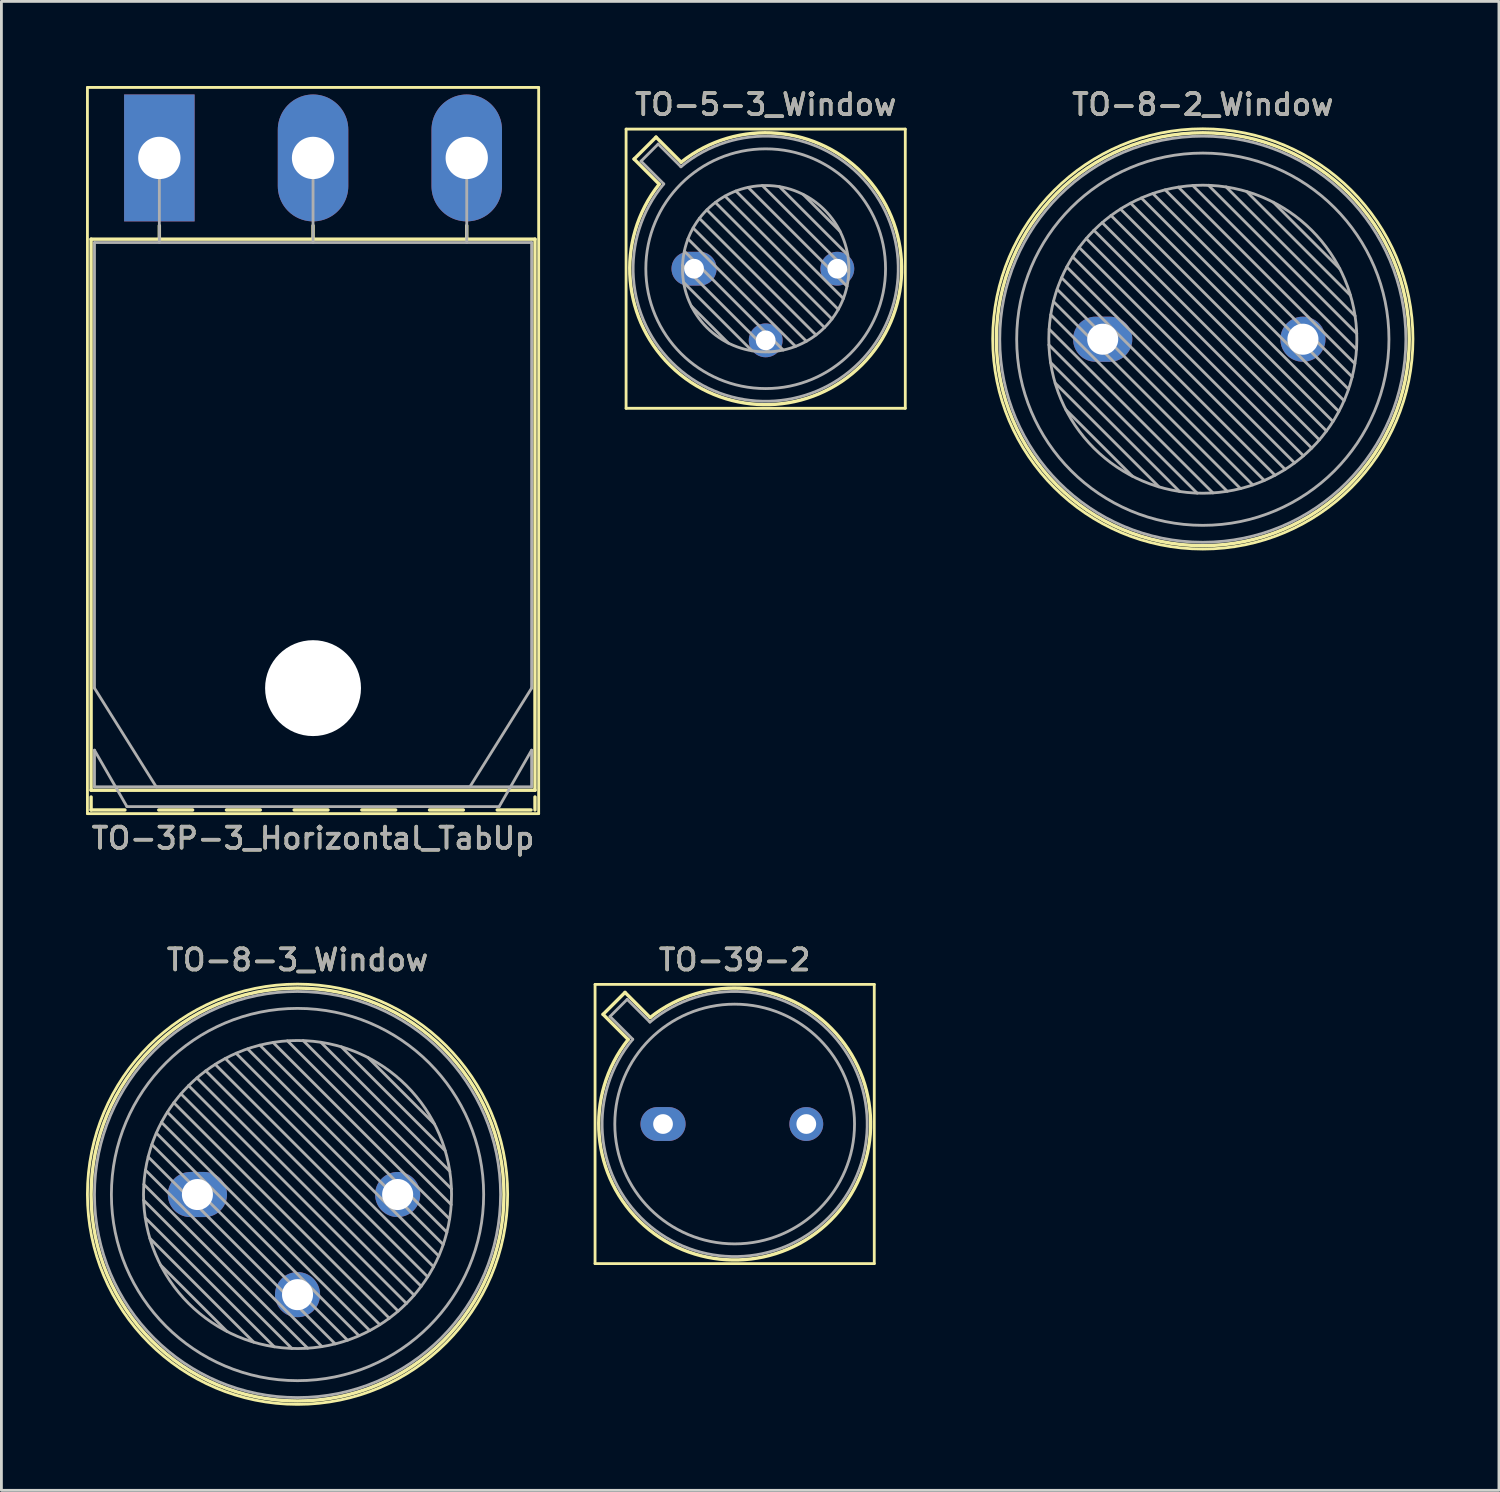
<source format=kicad_pcb>
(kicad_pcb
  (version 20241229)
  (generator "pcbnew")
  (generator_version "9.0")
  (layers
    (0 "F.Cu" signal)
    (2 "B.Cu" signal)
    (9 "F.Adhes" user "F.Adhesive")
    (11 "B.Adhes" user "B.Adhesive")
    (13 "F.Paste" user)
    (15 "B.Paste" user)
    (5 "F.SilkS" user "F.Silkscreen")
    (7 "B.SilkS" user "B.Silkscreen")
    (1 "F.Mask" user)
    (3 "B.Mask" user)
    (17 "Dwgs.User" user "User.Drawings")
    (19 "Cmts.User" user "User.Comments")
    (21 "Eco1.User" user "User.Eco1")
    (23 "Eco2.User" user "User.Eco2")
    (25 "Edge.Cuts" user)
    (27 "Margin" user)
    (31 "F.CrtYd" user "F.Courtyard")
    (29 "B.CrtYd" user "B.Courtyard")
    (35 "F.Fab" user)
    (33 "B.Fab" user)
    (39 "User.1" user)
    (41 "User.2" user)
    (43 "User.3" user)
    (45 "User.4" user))
  (footprint "TO-39-2"
    (layer "F.Cu")
    (at 20.46 36.806)
    (property "Reference" "TO-39-2" (at 2.54 -5.82 0) (layer "F.SilkS") (effects (font (size 0.75 0.75) (thickness 0.125))))
    (attr through_hole)
    (fp_line (start -2.41 -4.95) (end -2.41 4.95) (stroke (width 0.1) (type solid)) (layer "F.SilkS"))
    (fp_line (start -2.41 4.95) (end 7.49 4.95) (stroke (width 0.1) (type solid)) (layer "F.SilkS"))
    (fp_line (start -2.126 -3.888) (end -1.235 -2.997) (stroke (width 0.12) (type solid)) (layer "F.SilkS"))
    (fp_line (start -1.348 -4.666) (end -2.126 -3.888) (stroke (width 0.12) (type solid)) (layer "F.SilkS"))
    (fp_line (start -0.457 -3.775) (end -1.348 -4.666) (stroke (width 0.12) (type solid)) (layer "F.SilkS"))
    (fp_line (start 7.49 -4.95) (end -2.41 -4.95) (stroke (width 0.1) (type solid)) (layer "F.SilkS"))
    (fp_line (start 7.49 4.95) (end 7.49 -4.95) (stroke (width 0.1) (type solid)) (layer "F.SilkS"))
    (fp_arc (start -0.457084 -3.774902) (mid 5.948255 3.408255) (end -1.234902 -2.997084) (stroke (width 0.12) (type solid)) (layer "F.SilkS"))
    (fp_line (start -1.88 -3.812) (end -1.074 -3.005) (stroke (width 0.1) (type solid)) (layer "F.Fab"))
    (fp_line (start -1.272 -4.42) (end -1.88 -3.812) (stroke (width 0.1) (type solid)) (layer "F.Fab"))
    (fp_line (start -0.465 -3.614) (end -1.272 -4.42) (stroke (width 0.1) (type solid)) (layer "F.Fab"))
    (fp_arc (start -0.465408 -3.61352) (mid 5.863402 3.323402) (end -1.07352 -3.005408) (stroke (width 0.1) (type solid)) (layer "F.Fab"))
    (fp_circle (center 2.54 0) (end 6.79 0) (stroke (width 0.1) (type solid)) (fill no) (layer "F.Fab"))
    (fp_text user "${REFERENCE}" (at 2.54 -5.82 0) (layer "F.Fab") (effects (font (size 0.75 0.75) (thickness 0.125))))
    (pad "1" thru_hole oval (at 0 0) (size 1.6 1.2) (drill 0.7) (layers "*.Cu" "*.Mask"))
    (pad "2" thru_hole circle (at 5.08 0) (size 1.2 1.2) (drill 0.7) (layers "*.Cu" "*.Mask")))
  (footprint "TO-8-2_Window"
    (layer "F.Cu")
    (at 36.05 8.978)
    (property "Reference" "TO-8-2_Window" (at 3.55 -8.32 0) (layer "F.SilkS") (effects (font (size 0.75 0.75) (thickness 0.125))))
    (attr through_hole)
    (fp_circle (center 3.55 -0.01) (end 11 -0.01) (stroke (width 0.1) (type solid)) (fill no) (layer "F.SilkS"))
    (fp_circle (center 3.55 0) (end 10.87 0) (stroke (width 0.12) (type solid)) (fill no) (layer "F.SilkS"))
    (fp_line (start -1.908 0.2) (end 3.35 5.458) (stroke (width 0.1) (type solid)) (layer "F.Fab"))
    (fp_line (start -1.9 -0.359) (end 3.909 5.45) (stroke (width 0.1) (type solid)) (layer "F.Fab"))
    (fp_line (start -1.849 0.825) (end 2.725 5.399) (stroke (width 0.1) (type solid)) (layer "F.Fab"))
    (fp_line (start -1.842 -0.867) (end 4.417 5.392) (stroke (width 0.1) (type solid)) (layer "F.Fab"))
    (fp_line (start -1.746 -1.336) (end 4.886 5.296) (stroke (width 0.1) (type solid)) (layer "F.Fab"))
    (fp_line (start -1.686 1.553) (end 1.997 5.236) (stroke (width 0.1) (type solid)) (layer "F.Fab"))
    (fp_line (start -1.616 -1.772) (end 5.322 5.166) (stroke (width 0.1) (type solid)) (layer "F.Fab"))
    (fp_line (start -1.458 -2.18) (end 5.73 5.008) (stroke (width 0.1) (type solid)) (layer "F.Fab"))
    (fp_line (start -1.307 2.498) (end 1.052 4.857) (stroke (width 0.1) (type solid)) (layer "F.Fab"))
    (fp_line (start -1.274 -2.561) (end 6.111 4.824) (stroke (width 0.1) (type solid)) (layer "F.Fab"))
    (fp_line (start -1.066 -2.919) (end 6.469 4.616) (stroke (width 0.1) (type solid)) (layer "F.Fab"))
    (fp_line (start -0.836 -3.255) (end 6.805 4.386) (stroke (width 0.1) (type solid)) (layer "F.Fab"))
    (fp_line (start -0.584 -3.569) (end 7.119 4.134) (stroke (width 0.1) (type solid)) (layer "F.Fab"))
    (fp_line (start -0.312 -3.862) (end 7.412 3.862) (stroke (width 0.1) (type solid)) (layer "F.Fab"))
    (fp_line (start -0.019 -4.134) (end 7.684 3.569) (stroke (width 0.1) (type solid)) (layer "F.Fab"))
    (fp_line (start 0.295 -4.386) (end 7.936 3.255) (stroke (width 0.1) (type solid)) (layer "F.Fab"))
    (fp_line (start 0.631 -4.616) (end 8.166 2.919) (stroke (width 0.1) (type solid)) (layer "F.Fab"))
    (fp_line (start 0.989 -4.824) (end 8.374 2.561) (stroke (width 0.1) (type solid)) (layer "F.Fab"))
    (fp_line (start 1.37 -5.008) (end 8.558 2.18) (stroke (width 0.1) (type solid)) (layer "F.Fab"))
    (fp_line (start 1.778 -5.166) (end 8.716 1.772) (stroke (width 0.1) (type solid)) (layer "F.Fab"))
    (fp_line (start 2.214 -5.296) (end 8.846 1.336) (stroke (width 0.1) (type solid)) (layer "F.Fab"))
    (fp_line (start 2.683 -5.392) (end 8.942 0.867) (stroke (width 0.1) (type solid)) (layer "F.Fab"))
    (fp_line (start 3.191 -5.45) (end 9 0.359) (stroke (width 0.1) (type solid)) (layer "F.Fab"))
    (fp_line (start 3.75 -5.458) (end 9.008 -0.2) (stroke (width 0.1) (type solid)) (layer "F.Fab"))
    (fp_line (start 4.375 -5.399) (end 8.949 -0.825) (stroke (width 0.1) (type solid)) (layer "F.Fab"))
    (fp_line (start 5.103 -5.236) (end 8.786 -1.553) (stroke (width 0.1) (type solid)) (layer "F.Fab"))
    (fp_line (start 6.048 -4.857) (end 8.407 -2.498) (stroke (width 0.1) (type solid)) (layer "F.Fab"))
    (fp_circle (center 3.55 0) (end 9.011 0) (stroke (width 0.1) (type solid)) (fill no) (layer "F.Fab"))
    (fp_circle (center 3.55 0) (end 10.15 0) (stroke (width 0.1) (type solid)) (fill no) (layer "F.Fab"))
    (fp_circle (center 3.55 0) (end 10.75 0) (stroke (width 0.1) (type solid)) (fill no) (layer "F.Fab"))
    (fp_text user "${REFERENCE}" (at 3.55 -8.32 0) (layer "F.Fab") (effects (font (size 0.75 0.75) (thickness 0.125))))
    (pad "1" thru_hole oval (at 0 0) (size 2.1 1.6) (drill 1.1) (layers "*.Cu" "*.Mask"))
    (pad "2" thru_hole circle (at 7.1 0) (size 1.6 1.6) (drill 1.1) (layers "*.Cu" "*.Mask")))
  (footprint "TO-3P-3_Horizontal_TabUp"
    (layer "F.Cu")
    (at 2.6 2.55)
    (property "Reference" "TO-3P-3_Horizontal_TabUp" (at 5.45 24.12 0) (layer "F.SilkS") (effects (font (size 0.75 0.75) (thickness 0.125))))
    (attr through_hole)
    (fp_line (start -2.55 -2.5) (end -2.55 23.25) (stroke (width 0.1) (type solid)) (layer "F.SilkS"))
    (fp_line (start -2.55 23.25) (end 13.45 23.25) (stroke (width 0.1) (type solid)) (layer "F.SilkS"))
    (fp_line (start -2.42 2.88) (end -2.42 22.42) (stroke (width 0.12) (type solid)) (layer "F.SilkS"))
    (fp_line (start -2.42 2.88) (end 13.32 2.88) (stroke (width 0.12) (type solid)) (layer "F.SilkS"))
    (fp_line (start -2.42 22.42) (end 13.32 22.42) (stroke (width 0.12) (type solid)) (layer "F.SilkS"))
    (fp_line (start -2.42 22.66) (end -2.42 23.12) (stroke (width 0.12) (type solid)) (layer "F.SilkS"))
    (fp_line (start -2.42 23.12) (end -1.22 23.12) (stroke (width 0.12) (type solid)) (layer "F.SilkS"))
    (fp_line (start -0.021 23.12) (end 1.18 23.12) (stroke (width 0.12) (type solid)) (layer "F.SilkS"))
    (fp_line (start 0 2.4) (end 0 2.88) (stroke (width 0.12) (type solid)) (layer "F.SilkS"))
    (fp_line (start 2.38 23.12) (end 3.58 23.12) (stroke (width 0.12) (type solid)) (layer "F.SilkS"))
    (fp_line (start 4.78 23.12) (end 5.98 23.12) (stroke (width 0.12) (type solid)) (layer "F.SilkS"))
    (fp_line (start 5.45 2.4) (end 5.45 2.88) (stroke (width 0.12) (type solid)) (layer "F.SilkS"))
    (fp_line (start 7.18 23.12) (end 8.38 23.12) (stroke (width 0.12) (type solid)) (layer "F.SilkS"))
    (fp_line (start 9.58 23.12) (end 10.78 23.12) (stroke (width 0.12) (type solid)) (layer "F.SilkS"))
    (fp_line (start 10.9 2.4) (end 10.9 2.88) (stroke (width 0.12) (type solid)) (layer "F.SilkS"))
    (fp_line (start 11.98 23.12) (end 13.18 23.12) (stroke (width 0.12) (type solid)) (layer "F.SilkS"))
    (fp_line (start 13.32 2.88) (end 13.32 22.42) (stroke (width 0.12) (type solid)) (layer "F.SilkS"))
    (fp_line (start 13.32 22.66) (end 13.32 23.12) (stroke (width 0.12) (type solid)) (layer "F.SilkS"))
    (fp_line (start 13.45 -2.5) (end -2.55 -2.5) (stroke (width 0.1) (type solid)) (layer "F.SilkS"))
    (fp_line (start 13.45 23.25) (end 13.45 -2.5) (stroke (width 0.1) (type solid)) (layer "F.SilkS"))
    (fp_line (start -2.3 3) (end -2.3 18.8) (stroke (width 0.1) (type solid)) (layer "F.Fab"))
    (fp_line (start -2.3 18.8) (end -0.11 22.3) (stroke (width 0.1) (type solid)) (layer "F.Fab"))
    (fp_line (start -2.3 21) (end -1.15 23) (stroke (width 0.1) (type solid)) (layer "F.Fab"))
    (fp_line (start -2.3 22.3) (end -2.3 21) (stroke (width 0.1) (type solid)) (layer "F.Fab"))
    (fp_line (start -1.15 23) (end 12.05 23) (stroke (width 0.1) (type solid)) (layer "F.Fab"))
    (fp_line (start -0.11 22.3) (end 11.01 22.3) (stroke (width 0.1) (type solid)) (layer "F.Fab"))
    (fp_line (start 0 3) (end 0 0) (stroke (width 0.1) (type solid)) (layer "F.Fab"))
    (fp_line (start 5.45 3) (end 5.45 0) (stroke (width 0.1) (type solid)) (layer "F.Fab"))
    (fp_line (start 10.9 3) (end 10.9 0) (stroke (width 0.1) (type solid)) (layer "F.Fab"))
    (fp_line (start 11.01 22.3) (end 13.2 18.8) (stroke (width 0.1) (type solid)) (layer "F.Fab"))
    (fp_line (start 12.05 23) (end 13.2 21) (stroke (width 0.1) (type solid)) (layer "F.Fab"))
    (fp_line (start 13.2 3) (end -2.3 3) (stroke (width 0.1) (type solid)) (layer "F.Fab"))
    (fp_line (start 13.2 18.8) (end 13.2 3) (stroke (width 0.1) (type solid)) (layer "F.Fab"))
    (fp_line (start 13.2 21) (end 13.2 22.3) (stroke (width 0.1) (type solid)) (layer "F.Fab"))
    (fp_line (start 13.2 22.3) (end -2.3 22.3) (stroke (width 0.1) (type solid)) (layer "F.Fab"))
    (fp_circle (center 5.45 18.8) (end 7.05 18.8) (stroke (width 0.1) (type solid)) (fill no) (layer "F.Fab"))
    (fp_text user "${REFERENCE}" (at 5.45 24.12 0) (layer "F.Fab") (effects (font (size 0.75 0.75) (thickness 0.125))))
    (pad "" np_thru_hole circle (at 5.45 18.8) (size 3.4 3.4) (drill 3.4) (layers "*.Cu" "*.Mask"))
    (pad "1" thru_hole rect (at 0 0) (size 2.5 4.5) (drill 1.5) (layers "*.Cu" "*.Mask"))
    (pad "2" thru_hole oval (at 5.45 0) (size 2.5 4.5) (drill 1.5) (layers "*.Cu" "*.Mask"))
    (pad "3" thru_hole oval (at 10.9 0) (size 2.5 4.5) (drill 1.5) (layers "*.Cu" "*.Mask")))
  (footprint "TO-5-3_Window"
    (layer "F.Cu")
    (at 21.56 6.478)
    (property "Reference" "TO-5-3_Window" (at 2.54 -5.82 0) (layer "F.SilkS") (effects (font (size 0.75 0.75) (thickness 0.125))))
    (attr through_hole)
    (fp_line (start -2.41 -4.95) (end -2.41 4.95) (stroke (width 0.1) (type solid)) (layer "F.SilkS"))
    (fp_line (start -2.41 4.95) (end 7.49 4.95) (stroke (width 0.1) (type solid)) (layer "F.SilkS"))
    (fp_line (start -2.126 -3.888) (end -1.235 -2.997) (stroke (width 0.12) (type solid)) (layer "F.SilkS"))
    (fp_line (start -1.348 -4.666) (end -2.126 -3.888) (stroke (width 0.12) (type solid)) (layer "F.SilkS"))
    (fp_line (start -0.457 -3.775) (end -1.348 -4.666) (stroke (width 0.12) (type solid)) (layer "F.SilkS"))
    (fp_line (start 7.49 -4.95) (end -2.41 -4.95) (stroke (width 0.1) (type solid)) (layer "F.SilkS"))
    (fp_line (start 7.49 4.95) (end 7.49 -4.95) (stroke (width 0.1) (type solid)) (layer "F.SilkS"))
    (fp_arc (start -0.457084 -3.774902) (mid 5.948255 3.408255) (end -1.234902 -2.997084) (stroke (width 0.12) (type solid)) (layer "F.SilkS"))
    (fp_line (start -1.88 -3.812) (end -1.074 -3.005) (stroke (width 0.1) (type solid)) (layer "F.Fab"))
    (fp_line (start -1.272 -4.42) (end -1.88 -3.812) (stroke (width 0.1) (type solid)) (layer "F.Fab"))
    (fp_line (start -0.465 -3.614) (end -1.272 -4.42) (stroke (width 0.1) (type solid)) (layer "F.Fab"))
    (fp_line (start -0.408 -0.12) (end 2.66 2.948) (stroke (width 0.1) (type solid)) (layer "F.Fab"))
    (fp_line (start -0.371 0.485) (end 2.055 2.911) (stroke (width 0.1) (type solid)) (layer "F.Fab"))
    (fp_line (start -0.344 -0.622) (end 3.162 2.884) (stroke (width 0.1) (type solid)) (layer "F.Fab"))
    (fp_line (start -0.215 -1.058) (end 3.598 2.755) (stroke (width 0.1) (type solid)) (layer "F.Fab"))
    (fp_line (start -0.097 1.324) (end 1.216 2.637) (stroke (width 0.1) (type solid)) (layer "F.Fab"))
    (fp_line (start -0.034 -1.443) (end 3.983 2.574) (stroke (width 0.1) (type solid)) (layer "F.Fab"))
    (fp_line (start 0.19 -1.784) (end 4.324 2.35) (stroke (width 0.1) (type solid)) (layer "F.Fab"))
    (fp_line (start 0.454 -2.086) (end 4.626 2.086) (stroke (width 0.1) (type solid)) (layer "F.Fab"))
    (fp_line (start 0.756 -2.35) (end 4.89 1.784) (stroke (width 0.1) (type solid)) (layer "F.Fab"))
    (fp_line (start 1.097 -2.574) (end 5.114 1.443) (stroke (width 0.1) (type solid)) (layer "F.Fab"))
    (fp_line (start 1.482 -2.755) (end 5.295 1.058) (stroke (width 0.1) (type solid)) (layer "F.Fab"))
    (fp_line (start 1.918 -2.884) (end 5.424 0.622) (stroke (width 0.1) (type solid)) (layer "F.Fab"))
    (fp_line (start 2.42 -2.948) (end 5.488 0.12) (stroke (width 0.1) (type solid)) (layer "F.Fab"))
    (fp_line (start 3.025 -2.911) (end 5.451 -0.485) (stroke (width 0.1) (type solid)) (layer "F.Fab"))
    (fp_line (start 3.864 -2.637) (end 5.177 -1.324) (stroke (width 0.1) (type solid)) (layer "F.Fab"))
    (fp_arc (start -0.465408 -3.61352) (mid 5.863402 3.323402) (end -1.07352 -3.005408) (stroke (width 0.1) (type solid)) (layer "F.Fab"))
    (fp_circle (center 2.54 0) (end 5.49 0) (stroke (width 0.1) (type solid)) (fill no) (layer "F.Fab"))
    (fp_circle (center 2.54 0) (end 6.79 0) (stroke (width 0.1) (type solid)) (fill no) (layer "F.Fab"))
    (fp_text user "${REFERENCE}" (at 2.54 -5.82 0) (layer "F.Fab") (effects (font (size 0.75 0.75) (thickness 0.125))))
    (pad "1" thru_hole oval (at 0 0) (size 1.6 1.2) (drill 0.7) (layers "*.Cu" "*.Mask"))
    (pad "2" thru_hole circle (at 2.54 2.54) (size 1.2 1.2) (drill 0.7) (layers "*.Cu" "*.Mask"))
    (pad "3" thru_hole circle (at 5.08 0) (size 1.2 1.2) (drill 0.7) (layers "*.Cu" "*.Mask")))
  (footprint "TO-8-3_Window"
    (layer "F.Cu")
    (at 3.95 39.306)
    (property "Reference" "TO-8-3_Window" (at 3.55 -8.32 0) (layer "F.SilkS") (effects (font (size 0.75 0.75) (thickness 0.125))))
    (attr through_hole)
    (fp_circle (center 3.55 -0.01) (end 11 -0.01) (stroke (width 0.1) (type solid)) (fill no) (layer "F.SilkS"))
    (fp_circle (center 3.55 0) (end 10.87 0) (stroke (width 0.12) (type solid)) (fill no) (layer "F.SilkS"))
    (fp_line (start -1.908 0.2) (end 3.35 5.458) (stroke (width 0.1) (type solid)) (layer "F.Fab"))
    (fp_line (start -1.9 -0.359) (end 3.909 5.45) (stroke (width 0.1) (type solid)) (layer "F.Fab"))
    (fp_line (start -1.849 0.825) (end 2.725 5.399) (stroke (width 0.1) (type solid)) (layer "F.Fab"))
    (fp_line (start -1.842 -0.867) (end 4.417 5.392) (stroke (width 0.1) (type solid)) (layer "F.Fab"))
    (fp_line (start -1.746 -1.336) (end 4.886 5.296) (stroke (width 0.1) (type solid)) (layer "F.Fab"))
    (fp_line (start -1.686 1.553) (end 1.997 5.236) (stroke (width 0.1) (type solid)) (layer "F.Fab"))
    (fp_line (start -1.616 -1.772) (end 5.322 5.166) (stroke (width 0.1) (type solid)) (layer "F.Fab"))
    (fp_line (start -1.458 -2.18) (end 5.73 5.008) (stroke (width 0.1) (type solid)) (layer "F.Fab"))
    (fp_line (start -1.307 2.498) (end 1.052 4.857) (stroke (width 0.1) (type solid)) (layer "F.Fab"))
    (fp_line (start -1.274 -2.561) (end 6.111 4.824) (stroke (width 0.1) (type solid)) (layer "F.Fab"))
    (fp_line (start -1.066 -2.919) (end 6.469 4.616) (stroke (width 0.1) (type solid)) (layer "F.Fab"))
    (fp_line (start -0.836 -3.255) (end 6.805 4.386) (stroke (width 0.1) (type solid)) (layer "F.Fab"))
    (fp_line (start -0.584 -3.569) (end 7.119 4.134) (stroke (width 0.1) (type solid)) (layer "F.Fab"))
    (fp_line (start -0.312 -3.862) (end 7.412 3.862) (stroke (width 0.1) (type solid)) (layer "F.Fab"))
    (fp_line (start -0.019 -4.134) (end 7.684 3.569) (stroke (width 0.1) (type solid)) (layer "F.Fab"))
    (fp_line (start 0.295 -4.386) (end 7.936 3.255) (stroke (width 0.1) (type solid)) (layer "F.Fab"))
    (fp_line (start 0.631 -4.616) (end 8.166 2.919) (stroke (width 0.1) (type solid)) (layer "F.Fab"))
    (fp_line (start 0.989 -4.824) (end 8.374 2.561) (stroke (width 0.1) (type solid)) (layer "F.Fab"))
    (fp_line (start 1.37 -5.008) (end 8.558 2.18) (stroke (width 0.1) (type solid)) (layer "F.Fab"))
    (fp_line (start 1.778 -5.166) (end 8.716 1.772) (stroke (width 0.1) (type solid)) (layer "F.Fab"))
    (fp_line (start 2.214 -5.296) (end 8.846 1.336) (stroke (width 0.1) (type solid)) (layer "F.Fab"))
    (fp_line (start 2.683 -5.392) (end 8.942 0.867) (stroke (width 0.1) (type solid)) (layer "F.Fab"))
    (fp_line (start 3.191 -5.45) (end 9 0.359) (stroke (width 0.1) (type solid)) (layer "F.Fab"))
    (fp_line (start 3.75 -5.458) (end 9.008 -0.2) (stroke (width 0.1) (type solid)) (layer "F.Fab"))
    (fp_line (start 4.375 -5.399) (end 8.949 -0.825) (stroke (width 0.1) (type solid)) (layer "F.Fab"))
    (fp_line (start 5.103 -5.236) (end 8.786 -1.553) (stroke (width 0.1) (type solid)) (layer "F.Fab"))
    (fp_line (start 6.048 -4.857) (end 8.407 -2.498) (stroke (width 0.1) (type solid)) (layer "F.Fab"))
    (fp_circle (center 3.55 0) (end 9.011 0) (stroke (width 0.1) (type solid)) (fill no) (layer "F.Fab"))
    (fp_circle (center 3.55 0) (end 10.15 0) (stroke (width 0.1) (type solid)) (fill no) (layer "F.Fab"))
    (fp_circle (center 3.55 0) (end 10.75 0) (stroke (width 0.1) (type solid)) (fill no) (layer "F.Fab"))
    (fp_text user "${REFERENCE}" (at 3.55 -8.32 0) (layer "F.Fab") (effects (font (size 0.75 0.75) (thickness 0.125))))
    (pad "1" thru_hole oval (at 0 0) (size 2.1 1.6) (drill 1.1) (layers "*.Cu" "*.Mask"))
    (pad "2" thru_hole circle (at 3.55 3.55) (size 1.6 1.6) (drill 1.1) (layers "*.Cu" "*.Mask"))
    (pad "3" thru_hole circle (at 7.1 0) (size 1.6 1.6) (drill 1.1) (layers "*.Cu" "*.Mask")))
  (gr_rect
    (start -3 -3)
    (end 50.1 49.796)
    (stroke (width 0.1) (type default))
    (fill no)
    (layer "Edge.Cuts")))
</source>
